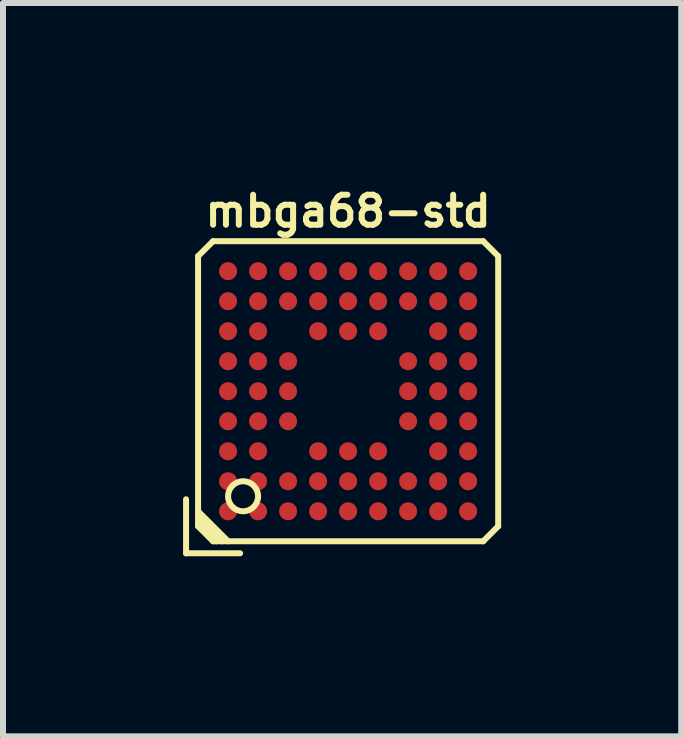
<source format=kicad_pcb>
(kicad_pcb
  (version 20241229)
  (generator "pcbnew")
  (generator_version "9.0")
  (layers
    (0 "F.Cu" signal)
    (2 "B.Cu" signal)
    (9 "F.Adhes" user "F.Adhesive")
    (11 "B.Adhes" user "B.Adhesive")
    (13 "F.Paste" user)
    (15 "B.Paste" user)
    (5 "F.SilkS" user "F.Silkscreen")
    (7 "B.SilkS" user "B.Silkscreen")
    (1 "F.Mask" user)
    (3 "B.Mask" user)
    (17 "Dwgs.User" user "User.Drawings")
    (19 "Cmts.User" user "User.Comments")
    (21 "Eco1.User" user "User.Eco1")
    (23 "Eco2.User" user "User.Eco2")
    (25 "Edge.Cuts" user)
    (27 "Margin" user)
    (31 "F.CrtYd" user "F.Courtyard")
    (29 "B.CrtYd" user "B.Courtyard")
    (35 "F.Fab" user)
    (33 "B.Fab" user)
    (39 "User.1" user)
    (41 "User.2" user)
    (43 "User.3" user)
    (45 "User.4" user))
  (footprint "mbga68-std"
    (layer "F.Cu")
    (at 2.75 3.468)
    (property "Reference" "mbga68-std" (at 0 -3 0) (layer "F.SilkS") (effects (font (size 0.5 0.5) (thickness 0.1))))
    (attr through_hole)
    (fp_line (start -2.7 2.7) (end -2.7 1.8) (stroke (width 0.1) (type solid)) (layer "F.SilkS"))
    (fp_line (start -2.5 -2.25) (end -2.25 -2.5) (stroke (width 0.1) (type solid)) (layer "F.SilkS"))
    (fp_line (start -2.5 2) (end -2 2.5) (stroke (width 0.1) (type solid)) (layer "F.SilkS"))
    (fp_line (start -2.5 2.2) (end -2.2 2.5) (stroke (width 0.1) (type solid)) (layer "F.SilkS"))
    (fp_line (start -2.5 2.25) (end -2.5 -2.25) (stroke (width 0.1) (type solid)) (layer "F.SilkS"))
    (fp_line (start -2.25 -2.5) (end 2.25 -2.5) (stroke (width 0.1) (type solid)) (layer "F.SilkS"))
    (fp_line (start -2.25 2.5) (end -2.5 2.25) (stroke (width 0.1) (type solid)) (layer "F.SilkS"))
    (fp_line (start -2.1 2.5) (end -2.5 2.1) (stroke (width 0.1) (type solid)) (layer "F.SilkS"))
    (fp_line (start -1.8 2.7) (end -2.7 2.7) (stroke (width 0.1) (type solid)) (layer "F.SilkS"))
    (fp_line (start 2.25 -2.5) (end 2.5 -2.25) (stroke (width 0.1) (type solid)) (layer "F.SilkS"))
    (fp_line (start 2.25 2.5) (end -2.25 2.5) (stroke (width 0.1) (type solid)) (layer "F.SilkS"))
    (fp_line (start 2.5 -2.25) (end 2.5 2.25) (stroke (width 0.1) (type solid)) (layer "F.SilkS"))
    (fp_line (start 2.5 2.25) (end 2.25 2.5) (stroke (width 0.1) (type solid)) (layer "F.SilkS"))
    (fp_circle (center -1.75 1.75) (end -2 1.75) (stroke (width 0.1) (type solid)) (fill no) (layer "F.SilkS"))
    (pad "A1" smd circle (at -2 2) (size 0.3 0.3) (layers "F.Cu" "F.Mask" "F.Paste"))
    (pad "A2" smd circle (at -2 1.5) (size 0.3 0.3) (layers "F.Cu" "F.Mask" "F.Paste"))
    (pad "A3" smd circle (at -2 1) (size 0.3 0.3) (layers "F.Cu" "F.Mask" "F.Paste"))
    (pad "A4" smd circle (at -2 0.5) (size 0.3 0.3) (layers "F.Cu" "F.Mask" "F.Paste"))
    (pad "A5" smd circle (at -2 0) (size 0.3 0.3) (layers "F.Cu" "F.Mask" "F.Paste"))
    (pad "A6" smd circle (at -2 -0.5) (size 0.3 0.3) (layers "F.Cu" "F.Mask" "F.Paste"))
    (pad "A7" smd circle (at -2 -1) (size 0.3 0.3) (layers "F.Cu" "F.Mask" "F.Paste"))
    (pad "A8" smd circle (at -2 -1.5) (size 0.3 0.3) (layers "F.Cu" "F.Mask" "F.Paste"))
    (pad "A9" smd circle (at -2 -2) (size 0.3 0.3) (layers "F.Cu" "F.Mask" "F.Paste"))
    (pad "B1" smd circle (at -1.5 2) (size 0.3 0.3) (layers "F.Cu" "F.Mask" "F.Paste"))
    (pad "B2" smd circle (at -1.5 1.5) (size 0.3 0.3) (layers "F.Cu" "F.Mask" "F.Paste"))
    (pad "B3" smd circle (at -1.5 1) (size 0.3 0.3) (layers "F.Cu" "F.Mask" "F.Paste"))
    (pad "B4" smd circle (at -1.5 0.5) (size 0.3 0.3) (layers "F.Cu" "F.Mask" "F.Paste"))
    (pad "B5" smd circle (at -1.5 0) (size 0.3 0.3) (layers "F.Cu" "F.Mask" "F.Paste"))
    (pad "B6" smd circle (at -1.5 -0.5) (size 0.3 0.3) (layers "F.Cu" "F.Mask" "F.Paste"))
    (pad "B7" smd circle (at -1.5 -1) (size 0.3 0.3) (layers "F.Cu" "F.Mask" "F.Paste"))
    (pad "B8" smd circle (at -1.5 -1.5) (size 0.3 0.3) (layers "F.Cu" "F.Mask" "F.Paste"))
    (pad "B9" smd circle (at -1.5 -2) (size 0.3 0.3) (layers "F.Cu" "F.Mask" "F.Paste"))
    (pad "C1" smd circle (at -1 2) (size 0.3 0.3) (layers "F.Cu" "F.Mask" "F.Paste"))
    (pad "C2" smd circle (at -1 1.5) (size 0.3 0.3) (layers "F.Cu" "F.Mask" "F.Paste"))
    (pad "C4" smd circle (at -1 0.5) (size 0.3 0.3) (layers "F.Cu" "F.Mask" "F.Paste"))
    (pad "C5" smd circle (at -1 0) (size 0.3 0.3) (layers "F.Cu" "F.Mask" "F.Paste"))
    (pad "C6" smd circle (at -1 -0.5) (size 0.3 0.3) (layers "F.Cu" "F.Mask" "F.Paste"))
    (pad "C8" smd circle (at -1 -1.5) (size 0.3 0.3) (layers "F.Cu" "F.Mask" "F.Paste"))
    (pad "C9" smd circle (at -1 -2) (size 0.3 0.3) (layers "F.Cu" "F.Mask" "F.Paste"))
    (pad "D1" smd circle (at -0.5 2) (size 0.3 0.3) (layers "F.Cu" "F.Mask" "F.Paste"))
    (pad "D2" smd circle (at -0.5 1.5) (size 0.3 0.3) (layers "F.Cu" "F.Mask" "F.Paste"))
    (pad "D3" smd circle (at -0.5 1) (size 0.3 0.3) (layers "F.Cu" "F.Mask" "F.Paste"))
    (pad "D7" smd circle (at -0.5 -1) (size 0.3 0.3) (layers "F.Cu" "F.Mask" "F.Paste"))
    (pad "D8" smd circle (at -0.5 -1.5) (size 0.3 0.3) (layers "F.Cu" "F.Mask" "F.Paste"))
    (pad "D9" smd circle (at -0.5 -2) (size 0.3 0.3) (layers "F.Cu" "F.Mask" "F.Paste"))
    (pad "E1" smd circle (at 0 2) (size 0.3 0.3) (layers "F.Cu" "F.Mask" "F.Paste"))
    (pad "E2" smd circle (at 0 1.5) (size 0.3 0.3) (layers "F.Cu" "F.Mask" "F.Paste"))
    (pad "E3" smd circle (at 0 1) (size 0.3 0.3) (layers "F.Cu" "F.Mask" "F.Paste"))
    (pad "E7" smd circle (at 0 -1) (size 0.3 0.3) (layers "F.Cu" "F.Mask" "F.Paste"))
    (pad "E8" smd circle (at 0 -1.5) (size 0.3 0.3) (layers "F.Cu" "F.Mask" "F.Paste"))
    (pad "E9" smd circle (at 0 -2) (size 0.3 0.3) (layers "F.Cu" "F.Mask" "F.Paste"))
    (pad "F1" smd circle (at 0.5 2) (size 0.3 0.3) (layers "F.Cu" "F.Mask" "F.Paste"))
    (pad "F2" smd circle (at 0.5 1.5) (size 0.3 0.3) (layers "F.Cu" "F.Mask" "F.Paste"))
    (pad "F3" smd circle (at 0.5 1) (size 0.3 0.3) (layers "F.Cu" "F.Mask" "F.Paste"))
    (pad "F7" smd circle (at 0.5 -1) (size 0.3 0.3) (layers "F.Cu" "F.Mask" "F.Paste"))
    (pad "F8" smd circle (at 0.5 -1.5) (size 0.3 0.3) (layers "F.Cu" "F.Mask" "F.Paste"))
    (pad "F9" smd circle (at 0.5 -2) (size 0.3 0.3) (layers "F.Cu" "F.Mask" "F.Paste"))
    (pad "G1" smd circle (at 1 2) (size 0.3 0.3) (layers "F.Cu" "F.Mask" "F.Paste"))
    (pad "G2" smd circle (at 1 1.5) (size 0.3 0.3) (layers "F.Cu" "F.Mask" "F.Paste"))
    (pad "G4" smd circle (at 1 0.5) (size 0.3 0.3) (layers "F.Cu" "F.Mask" "F.Paste"))
    (pad "G5" smd circle (at 1 0) (size 0.3 0.3) (layers "F.Cu" "F.Mask" "F.Paste"))
    (pad "G6" smd circle (at 1 -0.5) (size 0.3 0.3) (layers "F.Cu" "F.Mask" "F.Paste"))
    (pad "G8" smd circle (at 1 -1.5) (size 0.3 0.3) (layers "F.Cu" "F.Mask" "F.Paste"))
    (pad "G9" smd circle (at 1 -2) (size 0.3 0.3) (layers "F.Cu" "F.Mask" "F.Paste"))
    (pad "H1" smd circle (at 1.5 2) (size 0.3 0.3) (layers "F.Cu" "F.Mask" "F.Paste"))
    (pad "H2" smd circle (at 1.5 1.5) (size 0.3 0.3) (layers "F.Cu" "F.Mask" "F.Paste"))
    (pad "H3" smd circle (at 1.5 1) (size 0.3 0.3) (layers "F.Cu" "F.Mask" "F.Paste"))
    (pad "H4" smd circle (at 1.5 0.5) (size 0.3 0.3) (layers "F.Cu" "F.Mask" "F.Paste"))
    (pad "H5" smd circle (at 1.5 0) (size 0.3 0.3) (layers "F.Cu" "F.Mask" "F.Paste"))
    (pad "H6" smd circle (at 1.5 -0.5) (size 0.3 0.3) (layers "F.Cu" "F.Mask" "F.Paste"))
    (pad "H7" smd circle (at 1.5 -1) (size 0.3 0.3) (layers "F.Cu" "F.Mask" "F.Paste"))
    (pad "H8" smd circle (at 1.5 -1.5) (size 0.3 0.3) (layers "F.Cu" "F.Mask" "F.Paste"))
    (pad "H9" smd circle (at 1.5 -2) (size 0.3 0.3) (layers "F.Cu" "F.Mask" "F.Paste"))
    (pad "J1" smd circle (at 2 2) (size 0.3 0.3) (layers "F.Cu" "F.Mask" "F.Paste"))
    (pad "J2" smd circle (at 2 1.5) (size 0.3 0.3) (layers "F.Cu" "F.Mask" "F.Paste"))
    (pad "J3" smd circle (at 2 1) (size 0.3 0.3) (layers "F.Cu" "F.Mask" "F.Paste"))
    (pad "J4" smd circle (at 2 0.5) (size 0.3 0.3) (layers "F.Cu" "F.Mask" "F.Paste"))
    (pad "J5" smd circle (at 2 0) (size 0.3 0.3) (layers "F.Cu" "F.Mask" "F.Paste"))
    (pad "J6" smd circle (at 2 -0.5) (size 0.3 0.3) (layers "F.Cu" "F.Mask" "F.Paste"))
    (pad "J7" smd circle (at 2 -1) (size 0.3 0.3) (layers "F.Cu" "F.Mask" "F.Paste"))
    (pad "J8" smd circle (at 2 -1.5) (size 0.3 0.3) (layers "F.Cu" "F.Mask" "F.Paste"))
    (pad "J9" smd circle (at 2 -2) (size 0.3 0.3) (layers "F.Cu" "F.Mask" "F.Paste")))
  (gr_rect
    (start -3 -3)
    (end 8.3 9.218)
    (stroke (width 0.1) (type default))
    (fill no)
    (layer "Edge.Cuts")))
</source>
